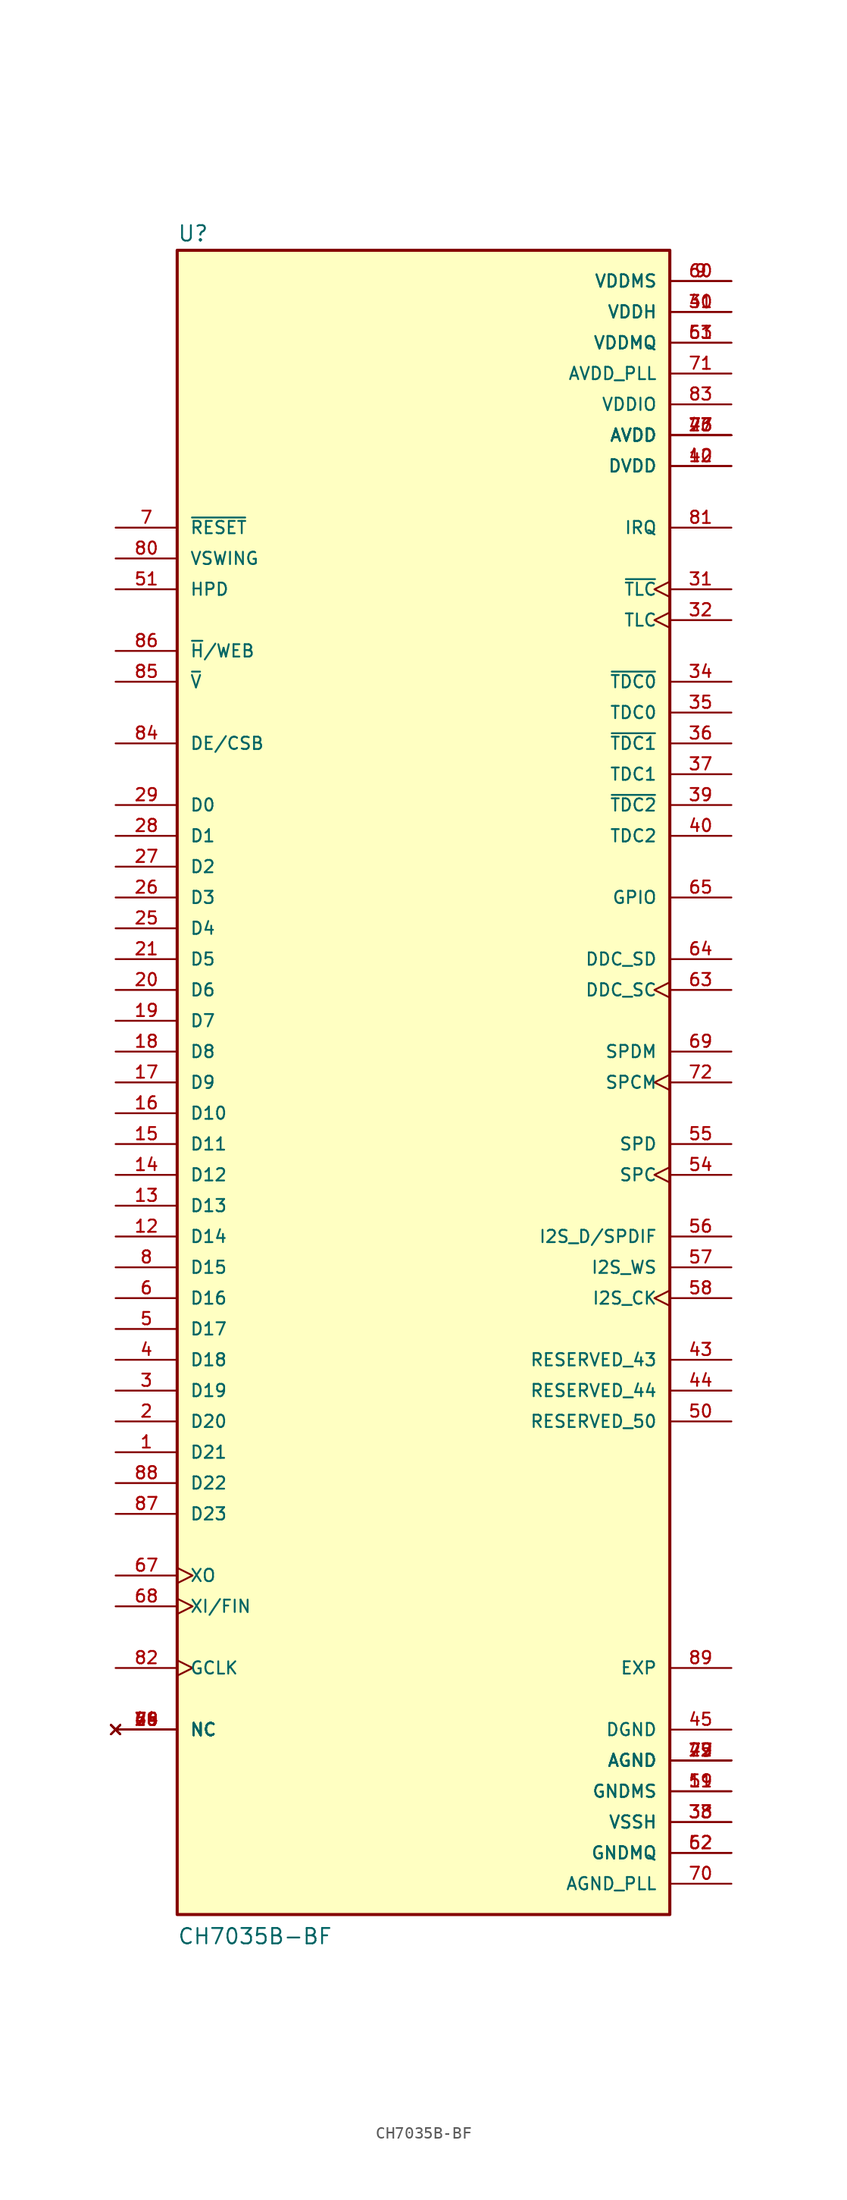
<source format=kicad_sym>
(kicad_symbol_lib
  (version 20211014)
  (generator kicad_symbol_editor)
  (symbol "CH7035B-BF"
    (pin_names
      (offset 1.016))
    (property "Reference" "U"
      (at -20.32 69.215 0)
      (effects (font (size 1.27 1.27)) (justify bottom left)))
    (property "Value" "CH7035B-BF"
      (at -20.32 -71.12 0)
      (effects (font (size 1.27 1.27)) (justify bottom left)))
    (symbol "CH7035B-BF_0_0"
      (rectangle (start -20.32 -68.58) (end 20.32 68.58) (stroke (width 0.254)) (fill (type background)))
      (pin input line (at -25.4 -30.48 0) (length 5.08) (name "D21" (effects (font (size 1.016 1.016)))) (number "1" (effects (font (size 1.016 1.016)))))
      (pin power_in line (at 25.4 -58.42 180.0) (length 5.08) (name "GNDMS" (effects (font (size 1.016 1.016)))) (number "11" (effects (font (size 1.016 1.016)))))
      (pin power_in line (at 25.4 -58.42 180.0) (length 5.08) (name "GNDMS" (effects (font (size 1.016 1.016)))) (number "59" (effects (font (size 1.016 1.016)))))
      (pin input line (at -25.4 -27.94 0) (length 5.08) (name "D20" (effects (font (size 1.016 1.016)))) (number "2" (effects (font (size 1.016 1.016)))))
      (pin input line (at -25.4 -12.7 0) (length 5.08) (name "D14" (effects (font (size 1.016 1.016)))) (number "12" (effects (font (size 1.016 1.016)))))
      (pin input line (at -25.4 -25.4 0) (length 5.08) (name "D19" (effects (font (size 1.016 1.016)))) (number "3" (effects (font (size 1.016 1.016)))))
      (pin input line (at -25.4 -10.16 0) (length 5.08) (name "D13" (effects (font (size 1.016 1.016)))) (number "13" (effects (font (size 1.016 1.016)))))
      (pin input line (at -25.4 -22.86 0) (length 5.08) (name "D18" (effects (font (size 1.016 1.016)))) (number "4" (effects (font (size 1.016 1.016)))))
      (pin input line (at -25.4 -7.62 0) (length 5.08) (name "D12" (effects (font (size 1.016 1.016)))) (number "14" (effects (font (size 1.016 1.016)))))
      (pin input line (at -25.4 -20.32 0) (length 5.08) (name "D17" (effects (font (size 1.016 1.016)))) (number "5" (effects (font (size 1.016 1.016)))))
      (pin input line (at -25.4 -5.08 0) (length 5.08) (name "D11" (effects (font (size 1.016 1.016)))) (number "15" (effects (font (size 1.016 1.016)))))
      (pin input line (at -25.4 -17.78 0) (length 5.08) (name "D16" (effects (font (size 1.016 1.016)))) (number "6" (effects (font (size 1.016 1.016)))))
      (pin input line (at -25.4 -2.54 0) (length 5.08) (name "D10" (effects (font (size 1.016 1.016)))) (number "16" (effects (font (size 1.016 1.016)))))
      (pin input line (at -25.4 45.72 0) (length 5.08) (name "~{RESET}" (effects (font (size 1.016 1.016)))) (number "7" (effects (font (size 1.016 1.016)))))
      (pin input line (at -25.4 0.0 0) (length 5.08) (name "D9" (effects (font (size 1.016 1.016)))) (number "17" (effects (font (size 1.016 1.016)))))
      (pin input line (at -25.4 -15.24 0) (length 5.08) (name "D15" (effects (font (size 1.016 1.016)))) (number "8" (effects (font (size 1.016 1.016)))))
      (pin input line (at -25.4 2.54 0) (length 5.08) (name "D8" (effects (font (size 1.016 1.016)))) (number "18" (effects (font (size 1.016 1.016)))))
      (pin power_in line (at 25.4 66.04 180.0) (length 5.08) (name "VDDMS" (effects (font (size 1.016 1.016)))) (number "9" (effects (font (size 1.016 1.016)))))
      (pin power_in line (at 25.4 66.04 180.0) (length 5.08) (name "VDDMS" (effects (font (size 1.016 1.016)))) (number "60" (effects (font (size 1.016 1.016)))))
      (pin input line (at -25.4 5.08 0) (length 5.08) (name "D7" (effects (font (size 1.016 1.016)))) (number "19" (effects (font (size 1.016 1.016)))))
      (pin power_in line (at 25.4 50.8 180.0) (length 5.08) (name "DVDD" (effects (font (size 1.016 1.016)))) (number "10" (effects (font (size 1.016 1.016)))))
      (pin power_in line (at 25.4 50.8 180.0) (length 5.08) (name "DVDD" (effects (font (size 1.016 1.016)))) (number "42" (effects (font (size 1.016 1.016)))))
      (pin input line (at -25.4 7.62 0) (length 5.08) (name "D6" (effects (font (size 1.016 1.016)))) (number "20" (effects (font (size 1.016 1.016)))))
      (pin input line (at -25.4 10.16 0) (length 5.08) (name "D5" (effects (font (size 1.016 1.016)))) (number "21" (effects (font (size 1.016 1.016)))))
      (pin power_in line (at 25.4 -55.88 180.0) (length 5.08) (name "AGND" (effects (font (size 1.016 1.016)))) (number "22" (effects (font (size 1.016 1.016)))))
      (pin power_in line (at 25.4 -55.88 180.0) (length 5.08) (name "AGND" (effects (font (size 1.016 1.016)))) (number "47" (effects (font (size 1.016 1.016)))))
      (pin power_in line (at 25.4 -55.88 180.0) (length 5.08) (name "AGND" (effects (font (size 1.016 1.016)))) (number "75" (effects (font (size 1.016 1.016)))))
      (pin power_in line (at 25.4 -55.88 180.0) (length 5.08) (name "AGND" (effects (font (size 1.016 1.016)))) (number "79" (effects (font (size 1.016 1.016)))))
      (pin power_in line (at 25.4 53.34 180.0) (length 5.08) (name "AVDD" (effects (font (size 1.016 1.016)))) (number "23" (effects (font (size 1.016 1.016)))))
      (pin power_in line (at 25.4 53.34 180.0) (length 5.08) (name "AVDD" (effects (font (size 1.016 1.016)))) (number "46" (effects (font (size 1.016 1.016)))))
      (pin power_in line (at 25.4 53.34 180.0) (length 5.08) (name "AVDD" (effects (font (size 1.016 1.016)))) (number "73" (effects (font (size 1.016 1.016)))))
      (pin power_in line (at 25.4 53.34 180.0) (length 5.08) (name "AVDD" (effects (font (size 1.016 1.016)))) (number "77" (effects (font (size 1.016 1.016)))))
      (pin no_connect line (at -25.4 -53.34 0) (length 5.08) (name "NC" (effects (font (size 1.016 1.016)))) (number "24" (effects (font (size 1.016 1.016)))))
      (pin no_connect line (at -25.4 -53.34 0) (length 5.08) (name "NC" (effects (font (size 1.016 1.016)))) (number "48" (effects (font (size 1.016 1.016)))))
      (pin no_connect line (at -25.4 -53.34 0) (length 5.08) (name "NC" (effects (font (size 1.016 1.016)))) (number "49" (effects (font (size 1.016 1.016)))))
      (pin no_connect line (at -25.4 -53.34 0) (length 5.08) (name "NC" (effects (font (size 1.016 1.016)))) (number "66" (effects (font (size 1.016 1.016)))))
      (pin no_connect line (at -25.4 -53.34 0) (length 5.08) (name "NC" (effects (font (size 1.016 1.016)))) (number "74" (effects (font (size 1.016 1.016)))))
      (pin no_connect line (at -25.4 -53.34 0) (length 5.08) (name "NC" (effects (font (size 1.016 1.016)))) (number "76" (effects (font (size 1.016 1.016)))))
      (pin no_connect line (at -25.4 -53.34 0) (length 5.08) (name "NC" (effects (font (size 1.016 1.016)))) (number "78" (effects (font (size 1.016 1.016)))))
      (pin input line (at -25.4 20.32 0) (length 5.08) (name "D1" (effects (font (size 1.016 1.016)))) (number "28" (effects (font (size 1.016 1.016)))))
      (pin input line (at -25.4 22.86 0) (length 5.08) (name "D0" (effects (font (size 1.016 1.016)))) (number "29" (effects (font (size 1.016 1.016)))))
      (pin input line (at -25.4 17.78 0) (length 5.08) (name "D2" (effects (font (size 1.016 1.016)))) (number "27" (effects (font (size 1.016 1.016)))))
      (pin input line (at -25.4 15.24 0) (length 5.08) (name "D3" (effects (font (size 1.016 1.016)))) (number "26" (effects (font (size 1.016 1.016)))))
      (pin input line (at -25.4 12.7 0) (length 5.08) (name "D4" (effects (font (size 1.016 1.016)))) (number "25" (effects (font (size 1.016 1.016)))))
      (pin power_in line (at 25.4 63.5 180.0) (length 5.08) (name "VDDH" (effects (font (size 1.016 1.016)))) (number "30" (effects (font (size 1.016 1.016)))))
      (pin power_in line (at 25.4 63.5 180.0) (length 5.08) (name "VDDH" (effects (font (size 1.016 1.016)))) (number "41" (effects (font (size 1.016 1.016)))))
      (pin output clock (at 25.4 38.1 180.0) (length 5.08) (name "TLC" (effects (font (size 1.016 1.016)))) (number "32" (effects (font (size 1.016 1.016)))))
      (pin power_in line (at 25.4 -60.96 180.0) (length 5.08) (name "VSSH" (effects (font (size 1.016 1.016)))) (number "33" (effects (font (size 1.016 1.016)))))
      (pin power_in line (at 25.4 -60.96 180.0) (length 5.08) (name "VSSH" (effects (font (size 1.016 1.016)))) (number "38" (effects (font (size 1.016 1.016)))))
      (pin output line (at 25.4 30.48 180.0) (length 5.08) (name "TDC0" (effects (font (size 1.016 1.016)))) (number "35" (effects (font (size 1.016 1.016)))))
      (pin output line (at 25.4 25.4 180.0) (length 5.08) (name "TDC1" (effects (font (size 1.016 1.016)))) (number "37" (effects (font (size 1.016 1.016)))))
      (pin output line (at 25.4 20.32 180.0) (length 5.08) (name "TDC2" (effects (font (size 1.016 1.016)))) (number "40" (effects (font (size 1.016 1.016)))))
      (pin passive line (at 25.4 -25.4 180.0) (length 5.08) (name "RESERVED_44" (effects (font (size 1.016 1.016)))) (number "44" (effects (font (size 1.016 1.016)))))
      (pin power_in line (at 25.4 -53.34 180.0) (length 5.08) (name "DGND" (effects (font (size 1.016 1.016)))) (number "45" (effects (font (size 1.016 1.016)))))
      (pin input line (at -25.4 40.64 0) (length 5.08) (name "HPD" (effects (font (size 1.016 1.016)))) (number "51" (effects (font (size 1.016 1.016)))))
      (pin power_in line (at 25.4 -63.5 180.0) (length 5.08) (name "GNDMQ" (effects (font (size 1.016 1.016)))) (number "52" (effects (font (size 1.016 1.016)))))
      (pin power_in line (at 25.4 -63.5 180.0) (length 5.08) (name "GNDMQ" (effects (font (size 1.016 1.016)))) (number "62" (effects (font (size 1.016 1.016)))))
      (pin power_in line (at 25.4 60.96 180.0) (length 5.08) (name "VDDMQ" (effects (font (size 1.016 1.016)))) (number "53" (effects (font (size 1.016 1.016)))))
      (pin power_in line (at 25.4 60.96 180.0) (length 5.08) (name "VDDMQ" (effects (font (size 1.016 1.016)))) (number "61" (effects (font (size 1.016 1.016)))))
      (pin input clock (at 25.4 -7.62 180.0) (length 5.08) (name "SPC" (effects (font (size 1.016 1.016)))) (number "54" (effects (font (size 1.016 1.016)))))
      (pin bidirectional line (at 25.4 -5.08 180.0) (length 5.08) (name "SPD" (effects (font (size 1.016 1.016)))) (number "55" (effects (font (size 1.016 1.016)))))
      (pin input line (at 25.4 -12.7 180.0) (length 5.08) (name "I2S_D/SPDIF" (effects (font (size 1.016 1.016)))) (number "56" (effects (font (size 1.016 1.016)))))
      (pin input line (at 25.4 -15.24 180.0) (length 5.08) (name "I2S_WS" (effects (font (size 1.016 1.016)))) (number "57" (effects (font (size 1.016 1.016)))))
      (pin input clock (at 25.4 -17.78 180.0) (length 5.08) (name "I2S_CK" (effects (font (size 1.016 1.016)))) (number "58" (effects (font (size 1.016 1.016)))))
      (pin output clock (at 25.4 7.62 180.0) (length 5.08) (name "DDC_SC" (effects (font (size 1.016 1.016)))) (number "63" (effects (font (size 1.016 1.016)))))
      (pin bidirectional line (at 25.4 10.16 180.0) (length 5.08) (name "DDC_SD" (effects (font (size 1.016 1.016)))) (number "64" (effects (font (size 1.016 1.016)))))
      (pin bidirectional line (at 25.4 15.24 180.0) (length 5.08) (name "GPIO" (effects (font (size 1.016 1.016)))) (number "65" (effects (font (size 1.016 1.016)))))
      (pin output clock (at -25.4 -40.64 0) (length 5.08) (name "XO" (effects (font (size 1.016 1.016)))) (number "67" (effects (font (size 1.016 1.016)))))
      (pin input clock (at -25.4 -43.18 0) (length 5.08) (name "XI/FIN" (effects (font (size 1.016 1.016)))) (number "68" (effects (font (size 1.016 1.016)))))
      (pin bidirectional line (at 25.4 2.54 180.0) (length 5.08) (name "SPDM" (effects (font (size 1.016 1.016)))) (number "69" (effects (font (size 1.016 1.016)))))
      (pin power_in line (at 25.4 -66.04 180.0) (length 5.08) (name "AGND_PLL" (effects (font (size 1.016 1.016)))) (number "70" (effects (font (size 1.016 1.016)))))
      (pin power_in line (at 25.4 58.42 180.0) (length 5.08) (name "AVDD_PLL" (effects (font (size 1.016 1.016)))) (number "71" (effects (font (size 1.016 1.016)))))
      (pin output clock (at 25.4 0.0 180.0) (length 5.08) (name "SPCM" (effects (font (size 1.016 1.016)))) (number "72" (effects (font (size 1.016 1.016)))))
      (pin input line (at -25.4 43.18 0) (length 5.08) (name "VSWING" (effects (font (size 1.016 1.016)))) (number "80" (effects (font (size 1.016 1.016)))))
      (pin output line (at 25.4 45.72 180.0) (length 5.08) (name "IRQ" (effects (font (size 1.016 1.016)))) (number "81" (effects (font (size 1.016 1.016)))))
      (pin input clock (at -25.4 -48.26 0) (length 5.08) (name "GCLK" (effects (font (size 1.016 1.016)))) (number "82" (effects (font (size 1.016 1.016)))))
      (pin power_in line (at 25.4 55.88 180.0) (length 5.08) (name "VDDIO" (effects (font (size 1.016 1.016)))) (number "83" (effects (font (size 1.016 1.016)))))
      (pin input line (at -25.4 27.94 0) (length 5.08) (name "DE/CSB" (effects (font (size 1.016 1.016)))) (number "84" (effects (font (size 1.016 1.016)))))
      (pin bidirectional line (at -25.4 33.02 0) (length 5.08) (name "~{V}" (effects (font (size 1.016 1.016)))) (number "85" (effects (font (size 1.016 1.016)))))
      (pin bidirectional line (at -25.4 35.56 0) (length 5.08) (name "~{H}/WEB" (effects (font (size 1.016 1.016)))) (number "86" (effects (font (size 1.016 1.016)))))
      (pin input line (at -25.4 -35.56 0) (length 5.08) (name "D23" (effects (font (size 1.016 1.016)))) (number "87" (effects (font (size 1.016 1.016)))))
      (pin input line (at -25.4 -33.02 0) (length 5.08) (name "D22" (effects (font (size 1.016 1.016)))) (number "88" (effects (font (size 1.016 1.016)))))
      (pin output clock (at 25.4 40.64 180.0) (length 5.08) (name "~{TLC}" (effects (font (size 1.016 1.016)))) (number "31" (effects (font (size 1.016 1.016)))))
      (pin output line (at 25.4 33.02 180.0) (length 5.08) (name "~{TDC0}" (effects (font (size 1.016 1.016)))) (number "34" (effects (font (size 1.016 1.016)))))
      (pin output line (at 25.4 27.94 180.0) (length 5.08) (name "~{TDC1}" (effects (font (size 1.016 1.016)))) (number "36" (effects (font (size 1.016 1.016)))))
      (pin output line (at 25.4 22.86 180.0) (length 5.08) (name "~{TDC2}" (effects (font (size 1.016 1.016)))) (number "39" (effects (font (size 1.016 1.016)))))
      (pin passive line (at 25.4 -22.86 180.0) (length 5.08) (name "RESERVED_43" (effects (font (size 1.016 1.016)))) (number "43" (effects (font (size 1.016 1.016)))))
      (pin passive line (at 25.4 -27.94 180.0) (length 5.08) (name "RESERVED_50" (effects (font (size 1.016 1.016)))) (number "50" (effects (font (size 1.016 1.016)))))
      (pin passive line (at 25.4 -48.26 180.0) (length 5.08) (name "EXP" (effects (font (size 1.016 1.016)))) (number "89" (effects (font (size 1.016 1.016))))))))
</source>
